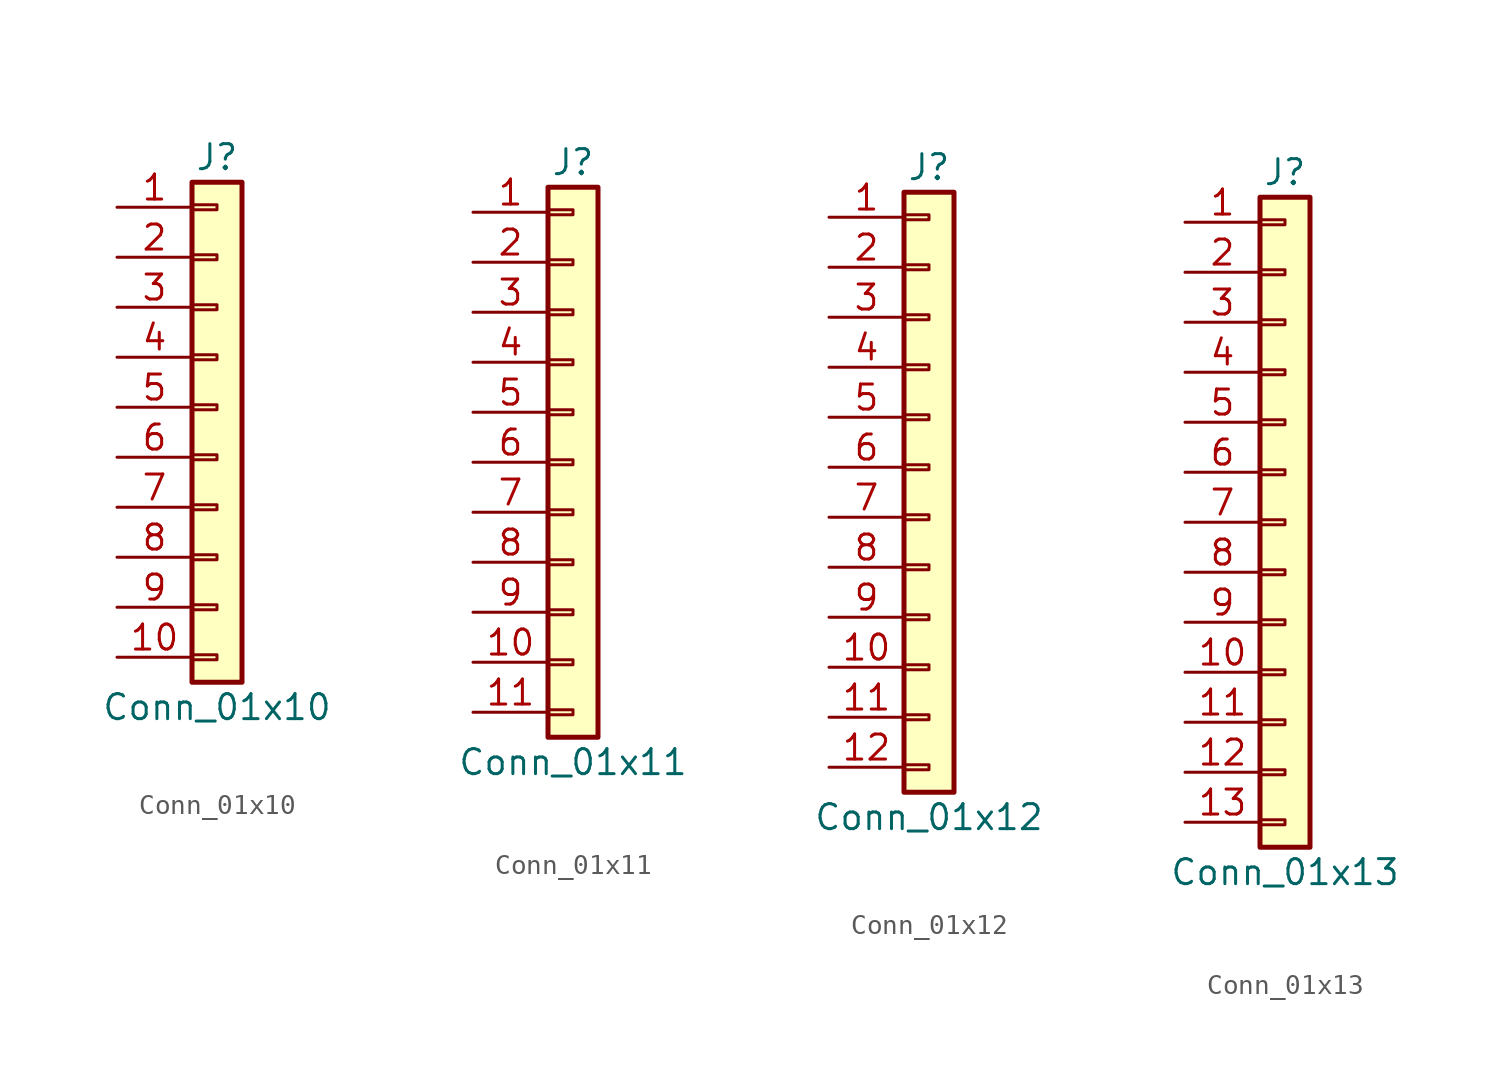
<source format=kicad_sym>
(kicad_symbol_lib
  (version 20201005)
  (generator kicad_symbol_editor)
  (symbol "Connector_Generic:Conn_01x10"
    (pin_names
      (offset 1.016) hide)
    (property "Reference" "J"
      (at 0 12.7 0)
      (effects (font (size 1.27 1.27))))
    (property "Value" "Conn_01x10"
      (at 0 -15.24 0)
      (effects (font (size 1.27 1.27))))
    (symbol "Conn_01x10_1_1"
      (rectangle (start -1.27 -4.953) (end 0 -5.207) (stroke (width 0.152)) (fill (type none)))
      (rectangle (start -1.27 -7.493) (end 0 -7.747) (stroke (width 0.152)) (fill (type none)))
      (rectangle (start -1.27 -10.033) (end 0 -10.287) (stroke (width 0.152)) (fill (type none)))
      (rectangle (start -1.27 -12.573) (end 0 -12.827) (stroke (width 0.152)) (fill (type none)))
      (rectangle (start -1.27 -2.413) (end 0 -2.667) (stroke (width 0.152)) (fill (type none)))
      (rectangle (start -1.27 2.667) (end 0 2.413) (stroke (width 0.152)) (fill (type none)))
      (rectangle (start -1.27 5.207) (end 0 4.953) (stroke (width 0.152)) (fill (type none)))
      (rectangle (start -1.27 7.747) (end 0 7.493) (stroke (width 0.152)) (fill (type none)))
      (rectangle (start -1.27 10.287) (end 0 10.033) (stroke (width 0.152)) (fill (type none)))
      (rectangle (start -1.27 11.43) (end 1.27 -13.97) (stroke (width 0.254)) (fill (type background)))
      (rectangle (start -1.27 0.127) (end 0 -0.127) (stroke (width 0.152)) (fill (type none)))
      (pin passive line (at -5.08 10.16 0) (length 3.81) (name "Pin_1" (effects (font (size 1.27 1.27)))) (number "1" (effects (font (size 1.27 1.27)))))
      (pin passive line (at -5.08 -12.7 0) (length 3.81) (name "Pin_10" (effects (font (size 1.27 1.27)))) (number "10" (effects (font (size 1.27 1.27)))))
      (pin passive line (at -5.08 7.62 0) (length 3.81) (name "Pin_2" (effects (font (size 1.27 1.27)))) (number "2" (effects (font (size 1.27 1.27)))))
      (pin passive line (at -5.08 5.08 0) (length 3.81) (name "Pin_3" (effects (font (size 1.27 1.27)))) (number "3" (effects (font (size 1.27 1.27)))))
      (pin passive line (at -5.08 2.54 0) (length 3.81) (name "Pin_4" (effects (font (size 1.27 1.27)))) (number "4" (effects (font (size 1.27 1.27)))))
      (pin passive line (at -5.08 0 0) (length 3.81) (name "Pin_5" (effects (font (size 1.27 1.27)))) (number "5" (effects (font (size 1.27 1.27)))))
      (pin passive line (at -5.08 -2.54 0) (length 3.81) (name "Pin_6" (effects (font (size 1.27 1.27)))) (number "6" (effects (font (size 1.27 1.27)))))
      (pin passive line (at -5.08 -5.08 0) (length 3.81) (name "Pin_7" (effects (font (size 1.27 1.27)))) (number "7" (effects (font (size 1.27 1.27)))))
      (pin passive line (at -5.08 -7.62 0) (length 3.81) (name "Pin_8" (effects (font (size 1.27 1.27)))) (number "8" (effects (font (size 1.27 1.27)))))
      (pin passive line (at -5.08 -10.16 0) (length 3.81) (name "Pin_9" (effects (font (size 1.27 1.27)))) (number "9" (effects (font (size 1.27 1.27)))))))
  (symbol "Connector_Generic:Conn_01x11"
    (pin_names
      (offset 1.016) hide)
    (property "Reference" "J"
      (at 0 15.24 0)
      (effects (font (size 1.27 1.27))))
    (property "Value" "Conn_01x11"
      (at 0 -15.24 0)
      (effects (font (size 1.27 1.27))))
    (symbol "Conn_01x11_1_1"
      (rectangle (start -1.27 -4.953) (end 0 -5.207) (stroke (width 0.152)) (fill (type none)))
      (rectangle (start -1.27 -7.493) (end 0 -7.747) (stroke (width 0.152)) (fill (type none)))
      (rectangle (start -1.27 -10.033) (end 0 -10.287) (stroke (width 0.152)) (fill (type none)))
      (rectangle (start -1.27 -12.573) (end 0 -12.827) (stroke (width 0.152)) (fill (type none)))
      (rectangle (start -1.27 -2.413) (end 0 -2.667) (stroke (width 0.152)) (fill (type none)))
      (rectangle (start -1.27 2.667) (end 0 2.413) (stroke (width 0.152)) (fill (type none)))
      (rectangle (start -1.27 5.207) (end 0 4.953) (stroke (width 0.152)) (fill (type none)))
      (rectangle (start -1.27 7.747) (end 0 7.493) (stroke (width 0.152)) (fill (type none)))
      (rectangle (start -1.27 10.287) (end 0 10.033) (stroke (width 0.152)) (fill (type none)))
      (rectangle (start -1.27 0.127) (end 0 -0.127) (stroke (width 0.152)) (fill (type none)))
      (rectangle (start -1.27 12.827) (end 0 12.573) (stroke (width 0.152)) (fill (type none)))
      (rectangle (start -1.27 13.97) (end 1.27 -13.97) (stroke (width 0.254)) (fill (type background)))
      (pin passive line (at -5.08 12.7 0) (length 3.81) (name "Pin_1" (effects (font (size 1.27 1.27)))) (number "1" (effects (font (size 1.27 1.27)))))
      (pin passive line (at -5.08 -10.16 0) (length 3.81) (name "Pin_10" (effects (font (size 1.27 1.27)))) (number "10" (effects (font (size 1.27 1.27)))))
      (pin passive line (at -5.08 -12.7 0) (length 3.81) (name "Pin_11" (effects (font (size 1.27 1.27)))) (number "11" (effects (font (size 1.27 1.27)))))
      (pin passive line (at -5.08 10.16 0) (length 3.81) (name "Pin_2" (effects (font (size 1.27 1.27)))) (number "2" (effects (font (size 1.27 1.27)))))
      (pin passive line (at -5.08 7.62 0) (length 3.81) (name "Pin_3" (effects (font (size 1.27 1.27)))) (number "3" (effects (font (size 1.27 1.27)))))
      (pin passive line (at -5.08 5.08 0) (length 3.81) (name "Pin_4" (effects (font (size 1.27 1.27)))) (number "4" (effects (font (size 1.27 1.27)))))
      (pin passive line (at -5.08 2.54 0) (length 3.81) (name "Pin_5" (effects (font (size 1.27 1.27)))) (number "5" (effects (font (size 1.27 1.27)))))
      (pin passive line (at -5.08 0 0) (length 3.81) (name "Pin_6" (effects (font (size 1.27 1.27)))) (number "6" (effects (font (size 1.27 1.27)))))
      (pin passive line (at -5.08 -2.54 0) (length 3.81) (name "Pin_7" (effects (font (size 1.27 1.27)))) (number "7" (effects (font (size 1.27 1.27)))))
      (pin passive line (at -5.08 -5.08 0) (length 3.81) (name "Pin_8" (effects (font (size 1.27 1.27)))) (number "8" (effects (font (size 1.27 1.27)))))
      (pin passive line (at -5.08 -7.62 0) (length 3.81) (name "Pin_9" (effects (font (size 1.27 1.27)))) (number "9" (effects (font (size 1.27 1.27)))))))
  (symbol "Connector_Generic:Conn_01x12"
    (pin_names
      (offset 1.016) hide)
    (property "Reference" "J"
      (at 0 15.24 0)
      (effects (font (size 1.27 1.27))))
    (property "Value" "Conn_01x12"
      (at 0 -17.78 0)
      (effects (font (size 1.27 1.27))))
    (symbol "Conn_01x12_1_1"
      (rectangle (start -1.27 -4.953) (end 0 -5.207) (stroke (width 0.152)) (fill (type none)))
      (rectangle (start -1.27 -7.493) (end 0 -7.747) (stroke (width 0.152)) (fill (type none)))
      (rectangle (start -1.27 -10.033) (end 0 -10.287) (stroke (width 0.152)) (fill (type none)))
      (rectangle (start -1.27 -12.573) (end 0 -12.827) (stroke (width 0.152)) (fill (type none)))
      (rectangle (start -1.27 -15.113) (end 0 -15.367) (stroke (width 0.152)) (fill (type none)))
      (rectangle (start -1.27 -2.413) (end 0 -2.667) (stroke (width 0.152)) (fill (type none)))
      (rectangle (start -1.27 2.667) (end 0 2.413) (stroke (width 0.152)) (fill (type none)))
      (rectangle (start -1.27 5.207) (end 0 4.953) (stroke (width 0.152)) (fill (type none)))
      (rectangle (start -1.27 7.747) (end 0 7.493) (stroke (width 0.152)) (fill (type none)))
      (rectangle (start -1.27 10.287) (end 0 10.033) (stroke (width 0.152)) (fill (type none)))
      (rectangle (start -1.27 0.127) (end 0 -0.127) (stroke (width 0.152)) (fill (type none)))
      (rectangle (start -1.27 12.827) (end 0 12.573) (stroke (width 0.152)) (fill (type none)))
      (rectangle (start -1.27 13.97) (end 1.27 -16.51) (stroke (width 0.254)) (fill (type background)))
      (pin passive line (at -5.08 12.7 0) (length 3.81) (name "Pin_1" (effects (font (size 1.27 1.27)))) (number "1" (effects (font (size 1.27 1.27)))))
      (pin passive line (at -5.08 -10.16 0) (length 3.81) (name "Pin_10" (effects (font (size 1.27 1.27)))) (number "10" (effects (font (size 1.27 1.27)))))
      (pin passive line (at -5.08 -12.7 0) (length 3.81) (name "Pin_11" (effects (font (size 1.27 1.27)))) (number "11" (effects (font (size 1.27 1.27)))))
      (pin passive line (at -5.08 -15.24 0) (length 3.81) (name "Pin_12" (effects (font (size 1.27 1.27)))) (number "12" (effects (font (size 1.27 1.27)))))
      (pin passive line (at -5.08 10.16 0) (length 3.81) (name "Pin_2" (effects (font (size 1.27 1.27)))) (number "2" (effects (font (size 1.27 1.27)))))
      (pin passive line (at -5.08 7.62 0) (length 3.81) (name "Pin_3" (effects (font (size 1.27 1.27)))) (number "3" (effects (font (size 1.27 1.27)))))
      (pin passive line (at -5.08 5.08 0) (length 3.81) (name "Pin_4" (effects (font (size 1.27 1.27)))) (number "4" (effects (font (size 1.27 1.27)))))
      (pin passive line (at -5.08 2.54 0) (length 3.81) (name "Pin_5" (effects (font (size 1.27 1.27)))) (number "5" (effects (font (size 1.27 1.27)))))
      (pin passive line (at -5.08 0 0) (length 3.81) (name "Pin_6" (effects (font (size 1.27 1.27)))) (number "6" (effects (font (size 1.27 1.27)))))
      (pin passive line (at -5.08 -2.54 0) (length 3.81) (name "Pin_7" (effects (font (size 1.27 1.27)))) (number "7" (effects (font (size 1.27 1.27)))))
      (pin passive line (at -5.08 -5.08 0) (length 3.81) (name "Pin_8" (effects (font (size 1.27 1.27)))) (number "8" (effects (font (size 1.27 1.27)))))
      (pin passive line (at -5.08 -7.62 0) (length 3.81) (name "Pin_9" (effects (font (size 1.27 1.27)))) (number "9" (effects (font (size 1.27 1.27)))))))
  (symbol "Connector_Generic:Conn_01x13"
    (pin_names
      (offset 1.016) hide)
    (property "Reference" "J"
      (at 0 17.78 0)
      (effects (font (size 1.27 1.27))))
    (property "Value" "Conn_01x13"
      (at 0 -17.78 0)
      (effects (font (size 1.27 1.27))))
    (symbol "Conn_01x13_1_1"
      (rectangle (start -1.27 -4.953) (end 0 -5.207) (stroke (width 0.152)) (fill (type none)))
      (rectangle (start -1.27 -7.493) (end 0 -7.747) (stroke (width 0.152)) (fill (type none)))
      (rectangle (start -1.27 -10.033) (end 0 -10.287) (stroke (width 0.152)) (fill (type none)))
      (rectangle (start -1.27 -12.573) (end 0 -12.827) (stroke (width 0.152)) (fill (type none)))
      (rectangle (start -1.27 -15.113) (end 0 -15.367) (stroke (width 0.152)) (fill (type none)))
      (rectangle (start -1.27 -2.413) (end 0 -2.667) (stroke (width 0.152)) (fill (type none)))
      (rectangle (start -1.27 2.667) (end 0 2.413) (stroke (width 0.152)) (fill (type none)))
      (rectangle (start -1.27 5.207) (end 0 4.953) (stroke (width 0.152)) (fill (type none)))
      (rectangle (start -1.27 7.747) (end 0 7.493) (stroke (width 0.152)) (fill (type none)))
      (rectangle (start -1.27 10.287) (end 0 10.033) (stroke (width 0.152)) (fill (type none)))
      (rectangle (start -1.27 0.127) (end 0 -0.127) (stroke (width 0.152)) (fill (type none)))
      (rectangle (start -1.27 12.827) (end 0 12.573) (stroke (width 0.152)) (fill (type none)))
      (rectangle (start -1.27 15.367) (end 0 15.113) (stroke (width 0.152)) (fill (type none)))
      (rectangle (start -1.27 16.51) (end 1.27 -16.51) (stroke (width 0.254)) (fill (type background)))
      (pin passive line (at -5.08 15.24 0) (length 3.81) (name "Pin_1" (effects (font (size 1.27 1.27)))) (number "1" (effects (font (size 1.27 1.27)))))
      (pin passive line (at -5.08 -7.62 0) (length 3.81) (name "Pin_10" (effects (font (size 1.27 1.27)))) (number "10" (effects (font (size 1.27 1.27)))))
      (pin passive line (at -5.08 -10.16 0) (length 3.81) (name "Pin_11" (effects (font (size 1.27 1.27)))) (number "11" (effects (font (size 1.27 1.27)))))
      (pin passive line (at -5.08 -12.7 0) (length 3.81) (name "Pin_12" (effects (font (size 1.27 1.27)))) (number "12" (effects (font (size 1.27 1.27)))))
      (pin passive line (at -5.08 -15.24 0) (length 3.81) (name "Pin_13" (effects (font (size 1.27 1.27)))) (number "13" (effects (font (size 1.27 1.27)))))
      (pin passive line (at -5.08 12.7 0) (length 3.81) (name "Pin_2" (effects (font (size 1.27 1.27)))) (number "2" (effects (font (size 1.27 1.27)))))
      (pin passive line (at -5.08 10.16 0) (length 3.81) (name "Pin_3" (effects (font (size 1.27 1.27)))) (number "3" (effects (font (size 1.27 1.27)))))
      (pin passive line (at -5.08 7.62 0) (length 3.81) (name "Pin_4" (effects (font (size 1.27 1.27)))) (number "4" (effects (font (size 1.27 1.27)))))
      (pin passive line (at -5.08 5.08 0) (length 3.81) (name "Pin_5" (effects (font (size 1.27 1.27)))) (number "5" (effects (font (size 1.27 1.27)))))
      (pin passive line (at -5.08 2.54 0) (length 3.81) (name "Pin_6" (effects (font (size 1.27 1.27)))) (number "6" (effects (font (size 1.27 1.27)))))
      (pin passive line (at -5.08 0 0) (length 3.81) (name "Pin_7" (effects (font (size 1.27 1.27)))) (number "7" (effects (font (size 1.27 1.27)))))
      (pin passive line (at -5.08 -2.54 0) (length 3.81) (name "Pin_8" (effects (font (size 1.27 1.27)))) (number "8" (effects (font (size 1.27 1.27)))))
      (pin passive line (at -5.08 -5.08 0) (length 3.81) (name "Pin_9" (effects (font (size 1.27 1.27)))) (number "9" (effects (font (size 1.27 1.27))))))))
</source>
